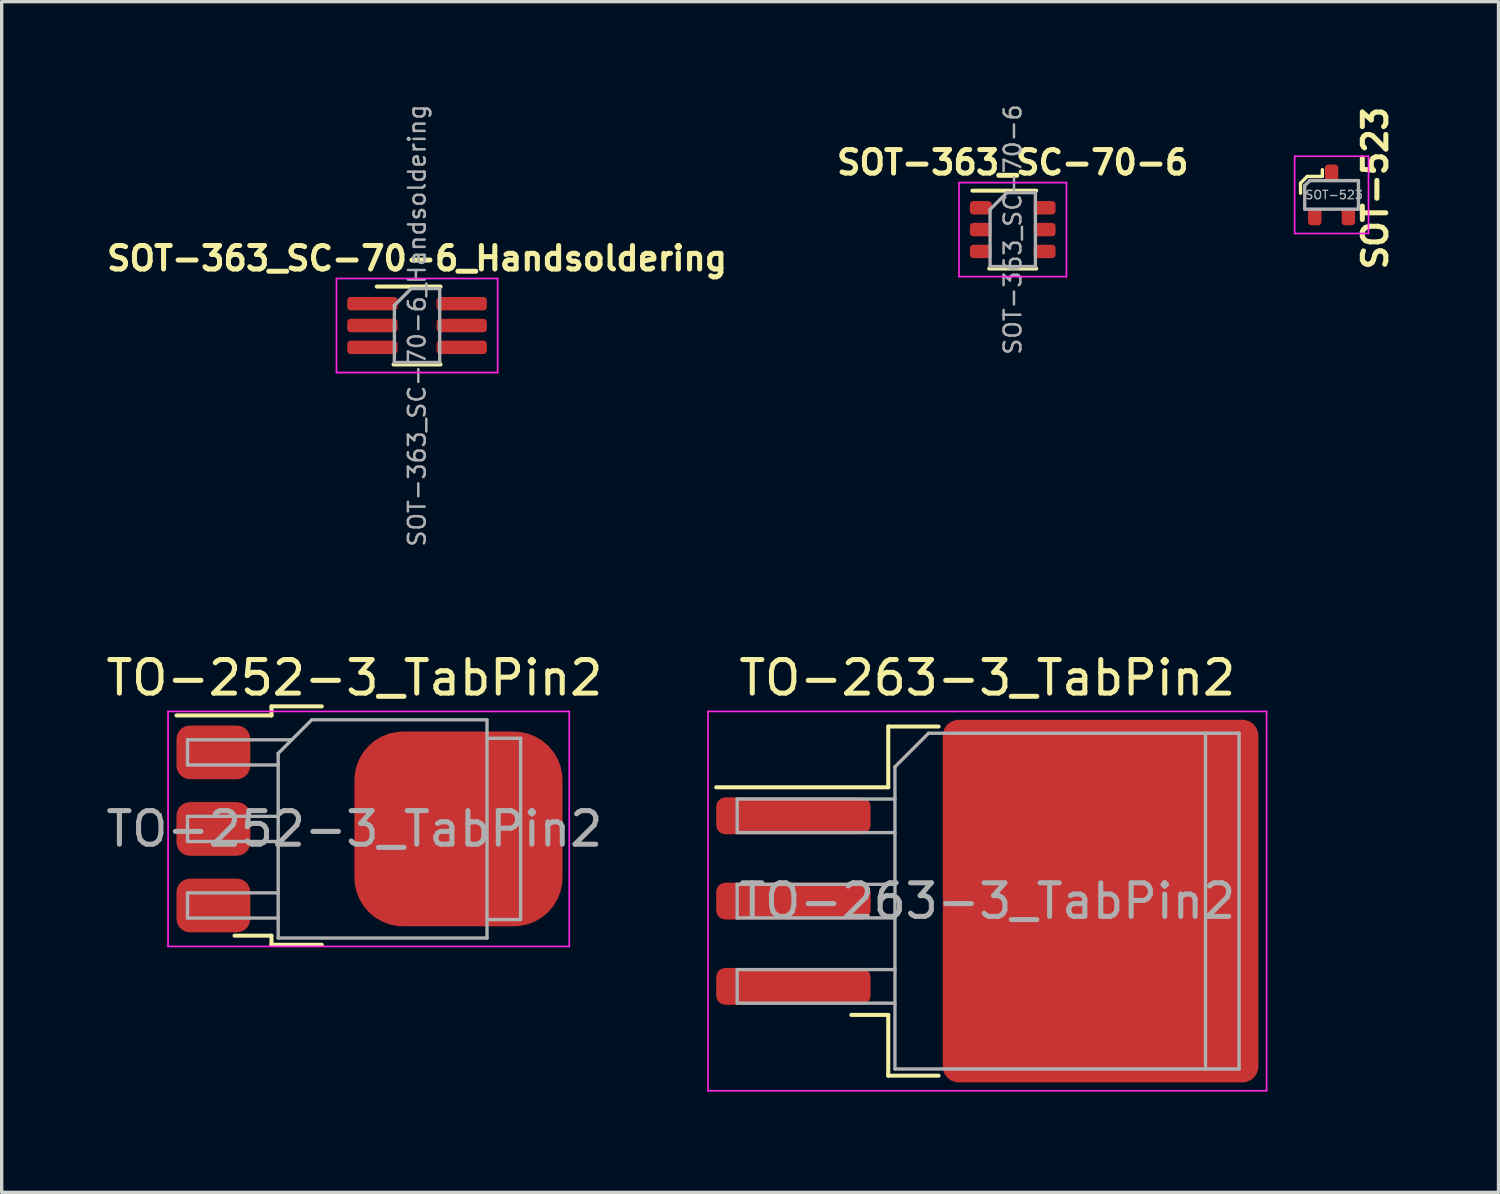
<source format=kicad_pcb>
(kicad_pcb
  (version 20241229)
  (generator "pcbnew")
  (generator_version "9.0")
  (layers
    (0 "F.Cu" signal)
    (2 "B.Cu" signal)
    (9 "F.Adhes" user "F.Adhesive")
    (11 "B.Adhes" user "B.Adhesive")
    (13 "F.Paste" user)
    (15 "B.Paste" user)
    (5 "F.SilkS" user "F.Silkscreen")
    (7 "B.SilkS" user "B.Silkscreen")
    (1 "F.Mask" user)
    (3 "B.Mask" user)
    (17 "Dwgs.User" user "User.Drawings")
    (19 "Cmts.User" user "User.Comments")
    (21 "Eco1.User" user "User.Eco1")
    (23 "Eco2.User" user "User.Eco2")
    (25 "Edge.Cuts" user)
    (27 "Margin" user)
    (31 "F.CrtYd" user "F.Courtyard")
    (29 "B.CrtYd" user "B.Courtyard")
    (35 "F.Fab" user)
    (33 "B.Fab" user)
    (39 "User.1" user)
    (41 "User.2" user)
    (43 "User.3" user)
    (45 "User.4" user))
  (footprint "TO-263-3_TabPin2"
    (layer "F.Cu")
    (at 26.357 23.79)
    (property "Reference" "TO-263-3_TabPin2" (at 0 -6.65 0) (layer "F.SilkS") (effects (font (size 1 1) (thickness 0.15))))
    (attr smd)
    (fp_line (start -2.95 -5.2) (end -2.95 -3.39) (stroke (width 0.12) (type solid)) (layer "F.SilkS"))
    (fp_line (start -2.95 -3.39) (end -8.075 -3.39) (stroke (width 0.12) (type solid)) (layer "F.SilkS"))
    (fp_line (start -2.95 3.39) (end -4.05 3.39) (stroke (width 0.12) (type solid)) (layer "F.SilkS"))
    (fp_line (start -2.95 5.2) (end -2.95 3.39) (stroke (width 0.12) (type solid)) (layer "F.SilkS"))
    (fp_line (start -1.45 -5.2) (end -2.95 -5.2) (stroke (width 0.12) (type solid)) (layer "F.SilkS"))
    (fp_line (start -1.45 5.2) (end -2.95 5.2) (stroke (width 0.12) (type solid)) (layer "F.SilkS"))
    (fp_line (start -8.32 -5.65) (end -8.32 5.65) (stroke (width 0.05) (type solid)) (layer "F.CrtYd"))
    (fp_line (start -8.32 5.65) (end 8.32 5.65) (stroke (width 0.05) (type solid)) (layer "F.CrtYd"))
    (fp_line (start 8.32 -5.65) (end -8.32 -5.65) (stroke (width 0.05) (type solid)) (layer "F.CrtYd"))
    (fp_line (start 8.32 5.65) (end 8.32 -5.65) (stroke (width 0.05) (type solid)) (layer "F.CrtYd"))
    (fp_line (start -7.45 -3.04) (end -7.45 -2.04) (stroke (width 0.1) (type solid)) (layer "F.Fab"))
    (fp_line (start -7.45 -2.04) (end -2.75 -2.04) (stroke (width 0.1) (type solid)) (layer "F.Fab"))
    (fp_line (start -7.45 -0.5) (end -7.45 0.5) (stroke (width 0.1) (type solid)) (layer "F.Fab"))
    (fp_line (start -7.45 0.5) (end -2.75 0.5) (stroke (width 0.1) (type solid)) (layer "F.Fab"))
    (fp_line (start -7.45 2.04) (end -7.45 3.04) (stroke (width 0.1) (type solid)) (layer "F.Fab"))
    (fp_line (start -7.45 3.04) (end -2.75 3.04) (stroke (width 0.1) (type solid)) (layer "F.Fab"))
    (fp_line (start -2.75 -4) (end -1.75 -5) (stroke (width 0.1) (type solid)) (layer "F.Fab"))
    (fp_line (start -2.75 -3.04) (end -7.45 -3.04) (stroke (width 0.1) (type solid)) (layer "F.Fab"))
    (fp_line (start -2.75 -0.5) (end -7.45 -0.5) (stroke (width 0.1) (type solid)) (layer "F.Fab"))
    (fp_line (start -2.75 2.04) (end -7.45 2.04) (stroke (width 0.1) (type solid)) (layer "F.Fab"))
    (fp_line (start -2.75 5) (end -2.75 -4) (stroke (width 0.1) (type solid)) (layer "F.Fab"))
    (fp_line (start -1.75 -5) (end 6.5 -5) (stroke (width 0.1) (type solid)) (layer "F.Fab"))
    (fp_line (start 6.5 -5) (end 6.5 5) (stroke (width 0.1) (type solid)) (layer "F.Fab"))
    (fp_line (start 6.5 -5) (end 7.5 -5) (stroke (width 0.1) (type solid)) (layer "F.Fab"))
    (fp_line (start 6.5 5) (end -2.75 5) (stroke (width 0.1) (type solid)) (layer "F.Fab"))
    (fp_line (start 7.5 -5) (end 7.5 5) (stroke (width 0.1) (type solid)) (layer "F.Fab"))
    (fp_line (start 7.5 5) (end 6.5 5) (stroke (width 0.1) (type solid)) (layer "F.Fab"))
    (fp_text user "${REFERENCE}" (at 0 0 0) (layer "F.Fab") (effects (font (size 1 1) (thickness 0.15))))
    (pad "" smd roundrect (at 0.95 -2.775) (size 4.55 5.25) (layers "F.Paste") (roundrect_rratio 0.25))
    (pad "" smd roundrect (at 0.95 2.775) (size 4.55 5.25) (layers "F.Paste") (roundrect_rratio 0.25))
    (pad "" smd roundrect (at 5.8 -2.775) (size 4.55 5.25) (layers "F.Paste") (roundrect_rratio 0.25))
    (pad "" smd roundrect (at 5.8 2.775) (size 4.55 5.25) (layers "F.Paste") (roundrect_rratio 0.25))
    (pad "1" smd roundrect (at -5.775 -2.54) (size 4.6 1.1) (layers "F.Cu" "F.Mask" "F.Paste") (roundrect_rratio 0.25))
    (pad "2" smd roundrect (at -5.775 0) (size 4.6 1.1) (layers "F.Cu" "F.Mask" "F.Paste") (roundrect_rratio 0.25))
    (pad "2" smd roundrect (at 3.375 0) (size 9.4 10.8) (layers "F.Cu" "F.Mask") (roundrect_rratio 0.05))
    (pad "3" smd roundrect (at -5.775 2.54) (size 4.6 1.1) (layers "F.Cu" "F.Mask" "F.Paste") (roundrect_rratio 0.25)))
  (footprint "TO-252-3_TabPin2"
    (layer "F.Cu")
    (at 7.506 21.64)
    (property "Reference" "TO-252-3_TabPin2" (at 0 -4.5 0) (layer "F.SilkS") (effects (font (size 1 1) (thickness 0.15))))
    (attr smd)
    (fp_line (start -2.47 -3.65) (end -2.47 -3.38) (stroke (width 0.12) (type solid)) (layer "F.SilkS"))
    (fp_line (start -2.47 -3.38) (end -5.3 -3.38) (stroke (width 0.12) (type solid)) (layer "F.SilkS"))
    (fp_line (start -2.47 3.18) (end -3.57 3.18) (stroke (width 0.12) (type solid)) (layer "F.SilkS"))
    (fp_line (start -2.47 3.45) (end -2.47 3.18) (stroke (width 0.12) (type solid)) (layer "F.SilkS"))
    (fp_line (start -0.97 -3.65) (end -2.47 -3.65) (stroke (width 0.12) (type solid)) (layer "F.SilkS"))
    (fp_line (start -0.97 3.45) (end -2.47 3.45) (stroke (width 0.12) (type solid)) (layer "F.SilkS"))
    (fp_line (start -5.55 -3.5) (end -5.55 3.5) (stroke (width 0.05) (type solid)) (layer "F.CrtYd"))
    (fp_line (start -5.55 3.5) (end 6.4 3.5) (stroke (width 0.05) (type solid)) (layer "F.CrtYd"))
    (fp_line (start 6.4 -3.5) (end -5.55 -3.5) (stroke (width 0.05) (type solid)) (layer "F.CrtYd"))
    (fp_line (start 6.4 3.5) (end 6.4 -3.5) (stroke (width 0.05) (type solid)) (layer "F.CrtYd"))
    (fp_line (start -4.97 -2.655) (end -4.97 -1.905) (stroke (width 0.1) (type solid)) (layer "F.Fab"))
    (fp_line (start -4.97 -1.905) (end -2.27 -1.905) (stroke (width 0.1) (type solid)) (layer "F.Fab"))
    (fp_line (start -4.97 -0.375) (end -4.97 0.375) (stroke (width 0.1) (type solid)) (layer "F.Fab"))
    (fp_line (start -4.97 0.375) (end -2.27 0.375) (stroke (width 0.1) (type solid)) (layer "F.Fab"))
    (fp_line (start -4.97 1.905) (end -4.97 2.655) (stroke (width 0.1) (type solid)) (layer "F.Fab"))
    (fp_line (start -4.97 2.655) (end -2.27 2.655) (stroke (width 0.1) (type solid)) (layer "F.Fab"))
    (fp_line (start -2.27 -2.25) (end -1.27 -3.25) (stroke (width 0.1) (type solid)) (layer "F.Fab"))
    (fp_line (start -2.27 -0.375) (end -4.97 -0.375) (stroke (width 0.1) (type solid)) (layer "F.Fab"))
    (fp_line (start -2.27 1.905) (end -4.97 1.905) (stroke (width 0.1) (type solid)) (layer "F.Fab"))
    (fp_line (start -2.27 3.25) (end -2.27 -2.25) (stroke (width 0.1) (type solid)) (layer "F.Fab"))
    (fp_line (start -1.865 -2.655) (end -4.97 -2.655) (stroke (width 0.1) (type solid)) (layer "F.Fab"))
    (fp_line (start -1.27 -3.25) (end 3.95 -3.25) (stroke (width 0.1) (type solid)) (layer "F.Fab"))
    (fp_line (start 3.95 -3.25) (end 3.95 3.25) (stroke (width 0.1) (type solid)) (layer "F.Fab"))
    (fp_line (start 3.95 -2.7) (end 4.95 -2.7) (stroke (width 0.1) (type solid)) (layer "F.Fab"))
    (fp_line (start 3.95 3.25) (end -2.27 3.25) (stroke (width 0.1) (type solid)) (layer "F.Fab"))
    (fp_line (start 4.95 -2.7) (end 4.95 2.7) (stroke (width 0.1) (type solid)) (layer "F.Fab"))
    (fp_line (start 4.95 2.7) (end 3.95 2.7) (stroke (width 0.1) (type solid)) (layer "F.Fab"))
    (fp_text user "${REFERENCE}" (at 0 0 0) (layer "F.Fab") (effects (font (size 1 1) (thickness 0.15))))
    (pad "1" smd roundrect (at -4.2 -2.28) (size 2.2 1.6) (layers "F.Cu" "F.Mask" "F.Paste") (roundrect_rratio 0.25))
    (pad "2" smd roundrect (at -4.2 0) (size 2.2 1.6) (layers "F.Cu" "F.Mask" "F.Paste") (roundrect_rratio 0.25))
    (pad "2" smd roundrect (at 3.1 0) (size 6.2 5.8) (layers "F.Cu" "F.Mask" "F.Paste") (roundrect_rratio 0.25))
    (pad "3" smd roundrect (at -4.2 2.28) (size 2.2 1.6) (layers "F.Cu" "F.Mask" "F.Paste") (roundrect_rratio 0.25)))
  (footprint "SOT-523"
    (layer "F.Cu")
    (at 36.612 2.755)
    (property "Reference" "SOT-523" (at 1.3 -0.2 270) (layer "F.SilkS") (effects (font (size 0.7 0.7) (thickness 0.15))))
    (attr smd)
    (fp_line (start -0.925 -0.35) (end -0.725 -0.55) (stroke (width 0.1) (type solid)) (layer "F.SilkS"))
    (fp_line (start -0.925 -0.05) (end -0.925 -0.35) (stroke (width 0.1) (type solid)) (layer "F.SilkS"))
    (fp_line (start -0.725 -0.55) (end -0.275 -0.55) (stroke (width 0.1) (type solid)) (layer "F.SilkS"))
    (fp_line (start -0.275 -0.55) (end -0.275 -0.75) (stroke (width 0.1) (type solid)) (layer "F.SilkS"))
    (fp_line (start -1.1 -1.15) (end -1.1 1.15) (stroke (width 0.05) (type solid)) (layer "F.CrtYd"))
    (fp_line (start -1.1 -1.15) (end 1.1 -1.15) (stroke (width 0.05) (type solid)) (layer "F.CrtYd"))
    (fp_line (start -1.1 1.15) (end 1.1 1.15) (stroke (width 0.05) (type solid)) (layer "F.CrtYd"))
    (fp_line (start 1.1 -1.15) (end 1.1 1.15) (stroke (width 0.05) (type solid)) (layer "F.CrtYd"))
    (fp_line (start -0.8 -0.275) (end -0.8 0.425) (stroke (width 0.1) (type solid)) (layer "F.Fab"))
    (fp_line (start -0.65 -0.425) (end -0.8 -0.275) (stroke (width 0.1) (type solid)) (layer "F.Fab"))
    (fp_line (start 0.8 -0.425) (end -0.65 -0.425) (stroke (width 0.1) (type solid)) (layer "F.Fab"))
    (fp_line (start 0.8 -0.425) (end 0.8 0.425) (stroke (width 0.1) (type solid)) (layer "F.Fab"))
    (fp_line (start 0.8 0.425) (end -0.8 0.425) (stroke (width 0.1) (type solid)) (layer "F.Fab"))
    (fp_text user "${REFERENCE}" (at 0.075 0.00024 0) (layer "F.Fab") (effects (font (size 0.25 0.25) (thickness 0.04))))
    (pad "1" smd roundrect (at -0.5 0.65) (size 0.4 0.51) (layers "F.Cu" "F.Mask" "F.Paste") (roundrect_rratio 0.25))
    (pad "2" smd roundrect (at 0.5 0.65) (size 0.4 0.51) (layers "F.Cu" "F.Mask" "F.Paste") (roundrect_rratio 0.25))
    (pad "3" smd roundrect (at 0 -0.65) (size 0.4 0.51) (layers "F.Cu" "F.Mask" "F.Paste") (roundrect_rratio 0.25)))
  (footprint "SOT-363_SC-70-6"
    (layer "F.Cu")
    (at 27.115 3.789)
    (property "Reference" "SOT-363_SC-70-6" (at 0 -2 0) (layer "F.SilkS") (effects (font (size 0.7 0.7) (thickness 0.15))))
    (attr smd)
    (fp_line (start -0.7 1.16) (end 0.7 1.16) (stroke (width 0.12) (type solid)) (layer "F.SilkS"))
    (fp_line (start 0.7 -1.16) (end -1.2 -1.16) (stroke (width 0.12) (type solid)) (layer "F.SilkS"))
    (fp_line (start -1.6 -1.4) (end -1.6 1.4) (stroke (width 0.05) (type solid)) (layer "F.CrtYd"))
    (fp_line (start -1.6 -1.4) (end 1.6 -1.4) (stroke (width 0.05) (type solid)) (layer "F.CrtYd"))
    (fp_line (start -1.6 1.4) (end 1.6 1.4) (stroke (width 0.05) (type solid)) (layer "F.CrtYd"))
    (fp_line (start 1.6 1.4) (end 1.6 -1.4) (stroke (width 0.05) (type solid)) (layer "F.CrtYd"))
    (fp_line (start -0.675 -0.6) (end -0.675 1.1) (stroke (width 0.1) (type solid)) (layer "F.Fab"))
    (fp_line (start -0.175 -1.1) (end -0.675 -0.6) (stroke (width 0.1) (type solid)) (layer "F.Fab"))
    (fp_line (start 0.675 -1.1) (end -0.175 -1.1) (stroke (width 0.1) (type solid)) (layer "F.Fab"))
    (fp_line (start 0.675 -1.1) (end 0.675 1.1) (stroke (width 0.1) (type solid)) (layer "F.Fab"))
    (fp_line (start 0.675 1.1) (end -0.675 1.1) (stroke (width 0.1) (type solid)) (layer "F.Fab"))
    (fp_text user "${REFERENCE}" (at 0 0 90) (layer "F.Fab") (effects (font (size 0.5 0.5) (thickness 0.075))))
    (pad "1" smd roundrect (at -0.95 -0.65) (size 0.65 0.4) (layers "F.Cu" "F.Mask" "F.Paste") (roundrect_rratio 0.25))
    (pad "2" smd roundrect (at -0.95 0) (size 0.65 0.4) (layers "F.Cu" "F.Mask" "F.Paste") (roundrect_rratio 0.25))
    (pad "3" smd roundrect (at -0.95 0.65) (size 0.65 0.4) (layers "F.Cu" "F.Mask" "F.Paste") (roundrect_rratio 0.25))
    (pad "4" smd roundrect (at 0.95 0.65) (size 0.65 0.4) (layers "F.Cu" "F.Mask" "F.Paste") (roundrect_rratio 0.25))
    (pad "5" smd roundrect (at 0.95 0) (size 0.65 0.4) (layers "F.Cu" "F.Mask" "F.Paste") (roundrect_rratio 0.25))
    (pad "6" smd roundrect (at 0.95 -0.65) (size 0.65 0.4) (layers "F.Cu" "F.Mask" "F.Paste") (roundrect_rratio 0.25)))
  (footprint "SOT-363_SC-70-6_Handsoldering"
    (layer "F.Cu")
    (at 9.372 6.646)
    (property "Reference" "SOT-363_SC-70-6_Handsoldering" (at 0 -2 0) (layer "F.SilkS") (effects (font (size 0.7 0.7) (thickness 0.15))))
    (attr smd)
    (fp_line (start -0.7 1.16) (end 0.7 1.16) (stroke (width 0.12) (type solid)) (layer "F.SilkS"))
    (fp_line (start 0.7 -1.16) (end -1.2 -1.16) (stroke (width 0.12) (type solid)) (layer "F.SilkS"))
    (fp_line (start -2.4 -1.4) (end -2.4 1.4) (stroke (width 0.05) (type solid)) (layer "F.CrtYd"))
    (fp_line (start -2.4 -1.4) (end 2.4 -1.4) (stroke (width 0.05) (type solid)) (layer "F.CrtYd"))
    (fp_line (start -2.4 1.4) (end 2.4 1.4) (stroke (width 0.05) (type solid)) (layer "F.CrtYd"))
    (fp_line (start 2.4 1.4) (end 2.4 -1.4) (stroke (width 0.05) (type solid)) (layer "F.CrtYd"))
    (fp_line (start -0.675 -0.6) (end -0.675 1.1) (stroke (width 0.1) (type solid)) (layer "F.Fab"))
    (fp_line (start -0.175 -1.1) (end -0.675 -0.6) (stroke (width 0.1) (type solid)) (layer "F.Fab"))
    (fp_line (start 0.675 -1.1) (end -0.175 -1.1) (stroke (width 0.1) (type solid)) (layer "F.Fab"))
    (fp_line (start 0.675 -1.1) (end 0.675 1.1) (stroke (width 0.1) (type solid)) (layer "F.Fab"))
    (fp_line (start 0.675 1.1) (end -0.675 1.1) (stroke (width 0.1) (type solid)) (layer "F.Fab"))
    (fp_text user "${REFERENCE}" (at 0 0 90) (layer "F.Fab") (effects (font (size 0.5 0.5) (thickness 0.075))))
    (pad "1" smd roundrect (at -1.33 -0.65) (size 1.5 0.4) (layers "F.Cu" "F.Mask" "F.Paste") (roundrect_rratio 0.25))
    (pad "2" smd roundrect (at -1.33 0) (size 1.5 0.4) (layers "F.Cu" "F.Mask" "F.Paste") (roundrect_rratio 0.25))
    (pad "3" smd roundrect (at -1.33 0.65) (size 1.5 0.4) (layers "F.Cu" "F.Mask" "F.Paste") (roundrect_rratio 0.25))
    (pad "4" smd roundrect (at 1.33 0.65) (size 1.5 0.4) (layers "F.Cu" "F.Mask" "F.Paste") (roundrect_rratio 0.25))
    (pad "5" smd roundrect (at 1.33 0) (size 1.5 0.4) (layers "F.Cu" "F.Mask" "F.Paste") (roundrect_rratio 0.25))
    (pad "6" smd roundrect (at 1.33 -0.65) (size 1.5 0.4) (layers "F.Cu" "F.Mask" "F.Paste") (roundrect_rratio 0.25)))
  (gr_rect
    (start -3 -3)
    (end 41.584 32.465)
    (stroke (width 0.1) (type default))
    (fill no)
    (layer "Edge.Cuts")))
</source>
